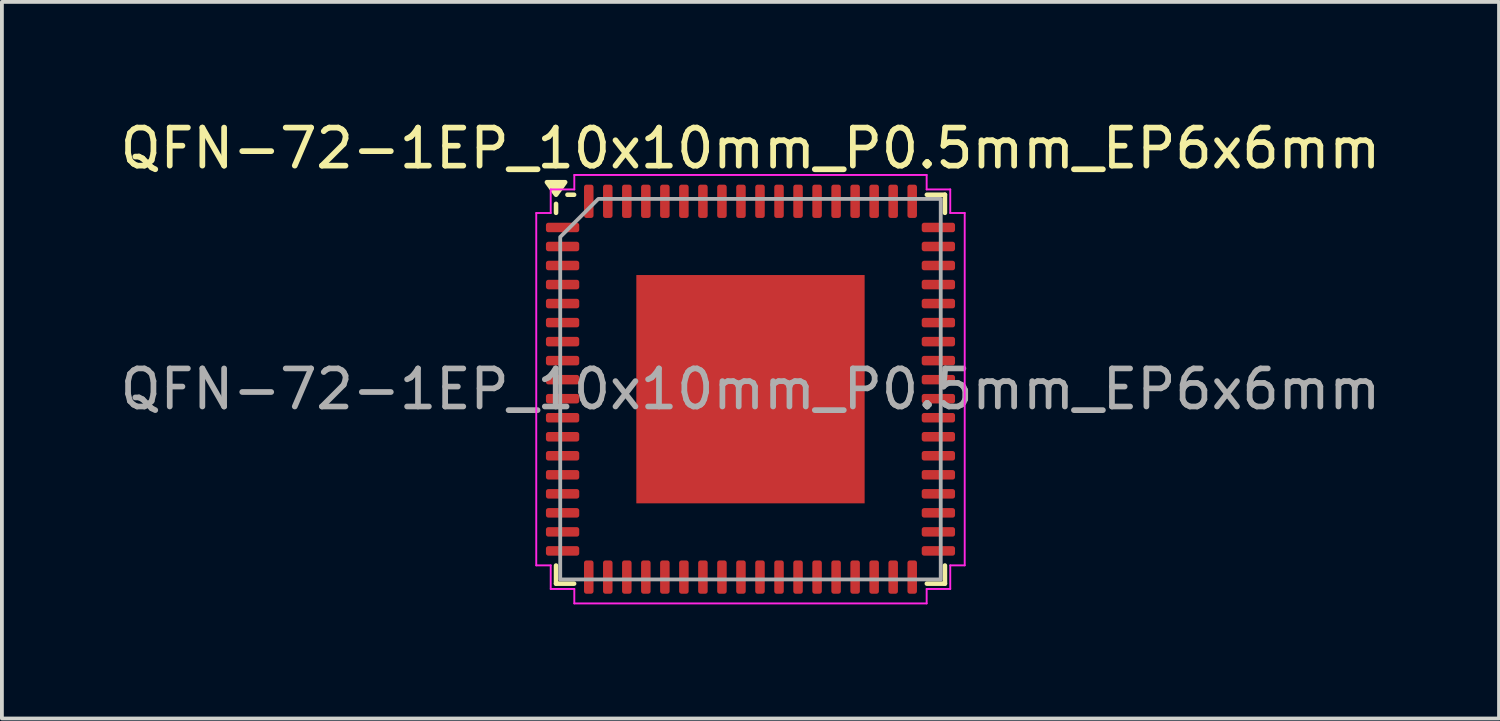
<source format=kicad_pcb>
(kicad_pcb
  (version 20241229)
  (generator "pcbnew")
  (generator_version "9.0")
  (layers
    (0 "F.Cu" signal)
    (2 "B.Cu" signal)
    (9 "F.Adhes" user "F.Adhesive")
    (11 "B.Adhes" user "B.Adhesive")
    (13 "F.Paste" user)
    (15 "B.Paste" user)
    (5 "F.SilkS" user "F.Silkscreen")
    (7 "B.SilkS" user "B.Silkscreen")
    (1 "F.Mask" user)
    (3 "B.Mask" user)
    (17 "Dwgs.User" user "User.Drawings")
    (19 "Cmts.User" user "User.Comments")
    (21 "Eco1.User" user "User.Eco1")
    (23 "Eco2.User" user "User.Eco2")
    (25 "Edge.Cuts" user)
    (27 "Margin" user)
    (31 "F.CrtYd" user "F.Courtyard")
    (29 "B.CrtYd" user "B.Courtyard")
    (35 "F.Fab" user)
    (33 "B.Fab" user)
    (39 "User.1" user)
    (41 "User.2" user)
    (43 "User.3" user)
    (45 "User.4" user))
  (footprint "QFN-72-1EP_10x10mm_P0.5mm_EP6x6mm"
    (layer "F.Cu")
    (at 16.673 7.178)
    (property "Reference" "QFN-72-1EP_10x10mm_P0.5mm_EP6x6mm" (at 0 -6.33 0) (layer "F.SilkS") (effects (font (size 1 1) (thickness 0.15))))
    (attr smd)
    (fp_line (start -5.11 -4.635) (end -5.11 -4.87) (stroke (width 0.12) (type solid)) (layer "F.SilkS"))
    (fp_line (start -5.11 5.11) (end -5.11 4.635) (stroke (width 0.12) (type solid)) (layer "F.SilkS"))
    (fp_line (start -4.635 -5.11) (end -4.81 -5.11) (stroke (width 0.12) (type solid)) (layer "F.SilkS"))
    (fp_line (start -4.635 5.11) (end -5.11 5.11) (stroke (width 0.12) (type solid)) (layer "F.SilkS"))
    (fp_line (start 4.635 -5.11) (end 5.11 -5.11) (stroke (width 0.12) (type solid)) (layer "F.SilkS"))
    (fp_line (start 4.635 5.11) (end 5.11 5.11) (stroke (width 0.12) (type solid)) (layer "F.SilkS"))
    (fp_line (start 5.11 -5.11) (end 5.11 -4.635) (stroke (width 0.12) (type solid)) (layer "F.SilkS"))
    (fp_line (start 5.11 5.11) (end 5.11 4.635) (stroke (width 0.12) (type solid)) (layer "F.SilkS"))
    (fp_poly (pts (xy -5.11 -5.11) (xy -5.35 -5.44) (xy -4.87 -5.44)) (stroke (width 0.12) (type solid)) (fill yes) (layer "F.SilkS"))
    (fp_line (start -5.63 -4.63) (end -5.25 -4.63) (stroke (width 0.05) (type solid)) (layer "F.CrtYd"))
    (fp_line (start -5.63 4.63) (end -5.63 -4.63) (stroke (width 0.05) (type solid)) (layer "F.CrtYd"))
    (fp_line (start -5.25 -5.25) (end -4.63 -5.25) (stroke (width 0.05) (type solid)) (layer "F.CrtYd"))
    (fp_line (start -5.25 -4.63) (end -5.25 -5.25) (stroke (width 0.05) (type solid)) (layer "F.CrtYd"))
    (fp_line (start -5.25 4.63) (end -5.63 4.63) (stroke (width 0.05) (type solid)) (layer "F.CrtYd"))
    (fp_line (start -5.25 5.25) (end -5.25 4.63) (stroke (width 0.05) (type solid)) (layer "F.CrtYd"))
    (fp_line (start -4.63 -5.63) (end 4.63 -5.63) (stroke (width 0.05) (type solid)) (layer "F.CrtYd"))
    (fp_line (start -4.63 -5.25) (end -4.63 -5.63) (stroke (width 0.05) (type solid)) (layer "F.CrtYd"))
    (fp_line (start -4.63 5.25) (end -5.25 5.25) (stroke (width 0.05) (type solid)) (layer "F.CrtYd"))
    (fp_line (start -4.63 5.63) (end -4.63 5.25) (stroke (width 0.05) (type solid)) (layer "F.CrtYd"))
    (fp_line (start 4.63 -5.63) (end 4.63 -5.25) (stroke (width 0.05) (type solid)) (layer "F.CrtYd"))
    (fp_line (start 4.63 -5.25) (end 5.25 -5.25) (stroke (width 0.05) (type solid)) (layer "F.CrtYd"))
    (fp_line (start 4.63 5.25) (end 4.63 5.63) (stroke (width 0.05) (type solid)) (layer "F.CrtYd"))
    (fp_line (start 4.63 5.63) (end -4.63 5.63) (stroke (width 0.05) (type solid)) (layer "F.CrtYd"))
    (fp_line (start 5.25 -5.25) (end 5.25 -4.63) (stroke (width 0.05) (type solid)) (layer "F.CrtYd"))
    (fp_line (start 5.25 -4.63) (end 5.63 -4.63) (stroke (width 0.05) (type solid)) (layer "F.CrtYd"))
    (fp_line (start 5.25 4.63) (end 5.25 5.25) (stroke (width 0.05) (type solid)) (layer "F.CrtYd"))
    (fp_line (start 5.25 5.25) (end 4.63 5.25) (stroke (width 0.05) (type solid)) (layer "F.CrtYd"))
    (fp_line (start 5.63 -4.63) (end 5.63 4.63) (stroke (width 0.05) (type solid)) (layer "F.CrtYd"))
    (fp_line (start 5.63 4.63) (end 5.25 4.63) (stroke (width 0.05) (type solid)) (layer "F.CrtYd"))
    (fp_poly (pts (xy -5 -4) (xy -5 5) (xy 5 5) (xy 5 -5) (xy -4 -5)) (stroke (width 0.1) (type solid)) (fill no) (layer "F.Fab"))
    (fp_text user "${REFERENCE}" (at 0 0 0) (layer "F.Fab") (effects (font (size 1 1) (thickness 0.15))))
    (pad "" smd roundrect (at -2 -2) (size 1.61 1.61) (layers "F.Paste") (roundrect_rratio 0.155))
    (pad "" smd roundrect (at -2 0) (size 1.61 1.61) (layers "F.Paste") (roundrect_rratio 0.155))
    (pad "" smd roundrect (at -2 2) (size 1.61 1.61) (layers "F.Paste") (roundrect_rratio 0.155))
    (pad "" smd roundrect (at 0 -2) (size 1.61 1.61) (layers "F.Paste") (roundrect_rratio 0.155))
    (pad "" smd roundrect (at 0 0) (size 1.61 1.61) (layers "F.Paste") (roundrect_rratio 0.155))
    (pad "" smd roundrect (at 0 2) (size 1.61 1.61) (layers "F.Paste") (roundrect_rratio 0.155))
    (pad "" smd roundrect (at 2 -2) (size 1.61 1.61) (layers "F.Paste") (roundrect_rratio 0.155))
    (pad "" smd roundrect (at 2 0) (size 1.61 1.61) (layers "F.Paste") (roundrect_rratio 0.155))
    (pad "" smd roundrect (at 2 2) (size 1.61 1.61) (layers "F.Paste") (roundrect_rratio 0.155))
    (pad "1" smd roundrect (at -4.938 -4.25) (size 0.875 0.25) (layers "F.Cu" "F.Mask" "F.Paste") (roundrect_rratio 0.25))
    (pad "2" smd roundrect (at -4.938 -3.75) (size 0.875 0.25) (layers "F.Cu" "F.Mask" "F.Paste") (roundrect_rratio 0.25))
    (pad "3" smd roundrect (at -4.938 -3.25) (size 0.875 0.25) (layers "F.Cu" "F.Mask" "F.Paste") (roundrect_rratio 0.25))
    (pad "4" smd roundrect (at -4.938 -2.75) (size 0.875 0.25) (layers "F.Cu" "F.Mask" "F.Paste") (roundrect_rratio 0.25))
    (pad "5" smd roundrect (at -4.938 -2.25) (size 0.875 0.25) (layers "F.Cu" "F.Mask" "F.Paste") (roundrect_rratio 0.25))
    (pad "6" smd roundrect (at -4.938 -1.75) (size 0.875 0.25) (layers "F.Cu" "F.Mask" "F.Paste") (roundrect_rratio 0.25))
    (pad "7" smd roundrect (at -4.938 -1.25) (size 0.875 0.25) (layers "F.Cu" "F.Mask" "F.Paste") (roundrect_rratio 0.25))
    (pad "8" smd roundrect (at -4.938 -0.75) (size 0.875 0.25) (layers "F.Cu" "F.Mask" "F.Paste") (roundrect_rratio 0.25))
    (pad "9" smd roundrect (at -4.938 -0.25) (size 0.875 0.25) (layers "F.Cu" "F.Mask" "F.Paste") (roundrect_rratio 0.25))
    (pad "10" smd roundrect (at -4.938 0.25) (size 0.875 0.25) (layers "F.Cu" "F.Mask" "F.Paste") (roundrect_rratio 0.25))
    (pad "11" smd roundrect (at -4.938 0.75) (size 0.875 0.25) (layers "F.Cu" "F.Mask" "F.Paste") (roundrect_rratio 0.25))
    (pad "12" smd roundrect (at -4.938 1.25) (size 0.875 0.25) (layers "F.Cu" "F.Mask" "F.Paste") (roundrect_rratio 0.25))
    (pad "13" smd roundrect (at -4.938 1.75) (size 0.875 0.25) (layers "F.Cu" "F.Mask" "F.Paste") (roundrect_rratio 0.25))
    (pad "14" smd roundrect (at -4.938 2.25) (size 0.875 0.25) (layers "F.Cu" "F.Mask" "F.Paste") (roundrect_rratio 0.25))
    (pad "15" smd roundrect (at -4.938 2.75) (size 0.875 0.25) (layers "F.Cu" "F.Mask" "F.Paste") (roundrect_rratio 0.25))
    (pad "16" smd roundrect (at -4.938 3.25) (size 0.875 0.25) (layers "F.Cu" "F.Mask" "F.Paste") (roundrect_rratio 0.25))
    (pad "17" smd roundrect (at -4.938 3.75) (size 0.875 0.25) (layers "F.Cu" "F.Mask" "F.Paste") (roundrect_rratio 0.25))
    (pad "18" smd roundrect (at -4.938 4.25) (size 0.875 0.25) (layers "F.Cu" "F.Mask" "F.Paste") (roundrect_rratio 0.25))
    (pad "19" smd roundrect (at -4.25 4.938) (size 0.25 0.875) (layers "F.Cu" "F.Mask" "F.Paste") (roundrect_rratio 0.25))
    (pad "20" smd roundrect (at -3.75 4.938) (size 0.25 0.875) (layers "F.Cu" "F.Mask" "F.Paste") (roundrect_rratio 0.25))
    (pad "21" smd roundrect (at -3.25 4.938) (size 0.25 0.875) (layers "F.Cu" "F.Mask" "F.Paste") (roundrect_rratio 0.25))
    (pad "22" smd roundrect (at -2.75 4.938) (size 0.25 0.875) (layers "F.Cu" "F.Mask" "F.Paste") (roundrect_rratio 0.25))
    (pad "23" smd roundrect (at -2.25 4.938) (size 0.25 0.875) (layers "F.Cu" "F.Mask" "F.Paste") (roundrect_rratio 0.25))
    (pad "24" smd roundrect (at -1.75 4.938) (size 0.25 0.875) (layers "F.Cu" "F.Mask" "F.Paste") (roundrect_rratio 0.25))
    (pad "25" smd roundrect (at -1.25 4.938) (size 0.25 0.875) (layers "F.Cu" "F.Mask" "F.Paste") (roundrect_rratio 0.25))
    (pad "26" smd roundrect (at -0.75 4.938) (size 0.25 0.875) (layers "F.Cu" "F.Mask" "F.Paste") (roundrect_rratio 0.25))
    (pad "27" smd roundrect (at -0.25 4.938) (size 0.25 0.875) (layers "F.Cu" "F.Mask" "F.Paste") (roundrect_rratio 0.25))
    (pad "28" smd roundrect (at 0.25 4.938) (size 0.25 0.875) (layers "F.Cu" "F.Mask" "F.Paste") (roundrect_rratio 0.25))
    (pad "29" smd roundrect (at 0.75 4.938) (size 0.25 0.875) (layers "F.Cu" "F.Mask" "F.Paste") (roundrect_rratio 0.25))
    (pad "30" smd roundrect (at 1.25 4.938) (size 0.25 0.875) (layers "F.Cu" "F.Mask" "F.Paste") (roundrect_rratio 0.25))
    (pad "31" smd roundrect (at 1.75 4.938) (size 0.25 0.875) (layers "F.Cu" "F.Mask" "F.Paste") (roundrect_rratio 0.25))
    (pad "32" smd roundrect (at 2.25 4.938) (size 0.25 0.875) (layers "F.Cu" "F.Mask" "F.Paste") (roundrect_rratio 0.25))
    (pad "33" smd roundrect (at 2.75 4.938) (size 0.25 0.875) (layers "F.Cu" "F.Mask" "F.Paste") (roundrect_rratio 0.25))
    (pad "34" smd roundrect (at 3.25 4.938) (size 0.25 0.875) (layers "F.Cu" "F.Mask" "F.Paste") (roundrect_rratio 0.25))
    (pad "35" smd roundrect (at 3.75 4.938) (size 0.25 0.875) (layers "F.Cu" "F.Mask" "F.Paste") (roundrect_rratio 0.25))
    (pad "36" smd roundrect (at 4.25 4.938) (size 0.25 0.875) (layers "F.Cu" "F.Mask" "F.Paste") (roundrect_rratio 0.25))
    (pad "37" smd roundrect (at 4.938 4.25) (size 0.875 0.25) (layers "F.Cu" "F.Mask" "F.Paste") (roundrect_rratio 0.25))
    (pad "38" smd roundrect (at 4.938 3.75) (size 0.875 0.25) (layers "F.Cu" "F.Mask" "F.Paste") (roundrect_rratio 0.25))
    (pad "39" smd roundrect (at 4.938 3.25) (size 0.875 0.25) (layers "F.Cu" "F.Mask" "F.Paste") (roundrect_rratio 0.25))
    (pad "40" smd roundrect (at 4.938 2.75) (size 0.875 0.25) (layers "F.Cu" "F.Mask" "F.Paste") (roundrect_rratio 0.25))
    (pad "41" smd roundrect (at 4.938 2.25) (size 0.875 0.25) (layers "F.Cu" "F.Mask" "F.Paste") (roundrect_rratio 0.25))
    (pad "42" smd roundrect (at 4.938 1.75) (size 0.875 0.25) (layers "F.Cu" "F.Mask" "F.Paste") (roundrect_rratio 0.25))
    (pad "43" smd roundrect (at 4.938 1.25) (size 0.875 0.25) (layers "F.Cu" "F.Mask" "F.Paste") (roundrect_rratio 0.25))
    (pad "44" smd roundrect (at 4.938 0.75) (size 0.875 0.25) (layers "F.Cu" "F.Mask" "F.Paste") (roundrect_rratio 0.25))
    (pad "45" smd roundrect (at 4.938 0.25) (size 0.875 0.25) (layers "F.Cu" "F.Mask" "F.Paste") (roundrect_rratio 0.25))
    (pad "46" smd roundrect (at 4.938 -0.25) (size 0.875 0.25) (layers "F.Cu" "F.Mask" "F.Paste") (roundrect_rratio 0.25))
    (pad "47" smd roundrect (at 4.938 -0.75) (size 0.875 0.25) (layers "F.Cu" "F.Mask" "F.Paste") (roundrect_rratio 0.25))
    (pad "48" smd roundrect (at 4.938 -1.25) (size 0.875 0.25) (layers "F.Cu" "F.Mask" "F.Paste") (roundrect_rratio 0.25))
    (pad "49" smd roundrect (at 4.938 -1.75) (size 0.875 0.25) (layers "F.Cu" "F.Mask" "F.Paste") (roundrect_rratio 0.25))
    (pad "50" smd roundrect (at 4.938 -2.25) (size 0.875 0.25) (layers "F.Cu" "F.Mask" "F.Paste") (roundrect_rratio 0.25))
    (pad "51" smd roundrect (at 4.938 -2.75) (size 0.875 0.25) (layers "F.Cu" "F.Mask" "F.Paste") (roundrect_rratio 0.25))
    (pad "52" smd roundrect (at 4.938 -3.25) (size 0.875 0.25) (layers "F.Cu" "F.Mask" "F.Paste") (roundrect_rratio 0.25))
    (pad "53" smd roundrect (at 4.938 -3.75) (size 0.875 0.25) (layers "F.Cu" "F.Mask" "F.Paste") (roundrect_rratio 0.25))
    (pad "54" smd roundrect (at 4.938 -4.25) (size 0.875 0.25) (layers "F.Cu" "F.Mask" "F.Paste") (roundrect_rratio 0.25))
    (pad "55" smd roundrect (at 4.25 -4.938) (size 0.25 0.875) (layers "F.Cu" "F.Mask" "F.Paste") (roundrect_rratio 0.25))
    (pad "56" smd roundrect (at 3.75 -4.938) (size 0.25 0.875) (layers "F.Cu" "F.Mask" "F.Paste") (roundrect_rratio 0.25))
    (pad "57" smd roundrect (at 3.25 -4.938) (size 0.25 0.875) (layers "F.Cu" "F.Mask" "F.Paste") (roundrect_rratio 0.25))
    (pad "58" smd roundrect (at 2.75 -4.938) (size 0.25 0.875) (layers "F.Cu" "F.Mask" "F.Paste") (roundrect_rratio 0.25))
    (pad "59" smd roundrect (at 2.25 -4.938) (size 0.25 0.875) (layers "F.Cu" "F.Mask" "F.Paste") (roundrect_rratio 0.25))
    (pad "60" smd roundrect (at 1.75 -4.938) (size 0.25 0.875) (layers "F.Cu" "F.Mask" "F.Paste") (roundrect_rratio 0.25))
    (pad "61" smd roundrect (at 1.25 -4.938) (size 0.25 0.875) (layers "F.Cu" "F.Mask" "F.Paste") (roundrect_rratio 0.25))
    (pad "62" smd roundrect (at 0.75 -4.938) (size 0.25 0.875) (layers "F.Cu" "F.Mask" "F.Paste") (roundrect_rratio 0.25))
    (pad "63" smd roundrect (at 0.25 -4.938) (size 0.25 0.875) (layers "F.Cu" "F.Mask" "F.Paste") (roundrect_rratio 0.25))
    (pad "64" smd roundrect (at -0.25 -4.938) (size 0.25 0.875) (layers "F.Cu" "F.Mask" "F.Paste") (roundrect_rratio 0.25))
    (pad "65" smd roundrect (at -0.75 -4.938) (size 0.25 0.875) (layers "F.Cu" "F.Mask" "F.Paste") (roundrect_rratio 0.25))
    (pad "66" smd roundrect (at -1.25 -4.938) (size 0.25 0.875) (layers "F.Cu" "F.Mask" "F.Paste") (roundrect_rratio 0.25))
    (pad "67" smd roundrect (at -1.75 -4.938) (size 0.25 0.875) (layers "F.Cu" "F.Mask" "F.Paste") (roundrect_rratio 0.25))
    (pad "68" smd roundrect (at -2.25 -4.938) (size 0.25 0.875) (layers "F.Cu" "F.Mask" "F.Paste") (roundrect_rratio 0.25))
    (pad "69" smd roundrect (at -2.75 -4.938) (size 0.25 0.875) (layers "F.Cu" "F.Mask" "F.Paste") (roundrect_rratio 0.25))
    (pad "70" smd roundrect (at -3.25 -4.938) (size 0.25 0.875) (layers "F.Cu" "F.Mask" "F.Paste") (roundrect_rratio 0.25))
    (pad "71" smd roundrect (at -3.75 -4.938) (size 0.25 0.875) (layers "F.Cu" "F.Mask" "F.Paste") (roundrect_rratio 0.25))
    (pad "72" smd roundrect (at -4.25 -4.938) (size 0.25 0.875) (layers "F.Cu" "F.Mask" "F.Paste") (roundrect_rratio 0.25))
    (pad "73" smd rect (at 0 0) (size 6 6) (property pad_prop_heatsink) (layers "F.Cu" "F.Mask")))
  (gr_rect
    (start -3 -3)
    (end 36.345 15.833)
    (stroke (width 0.1) (type default))
    (fill no)
    (layer "Edge.Cuts")))
</source>
